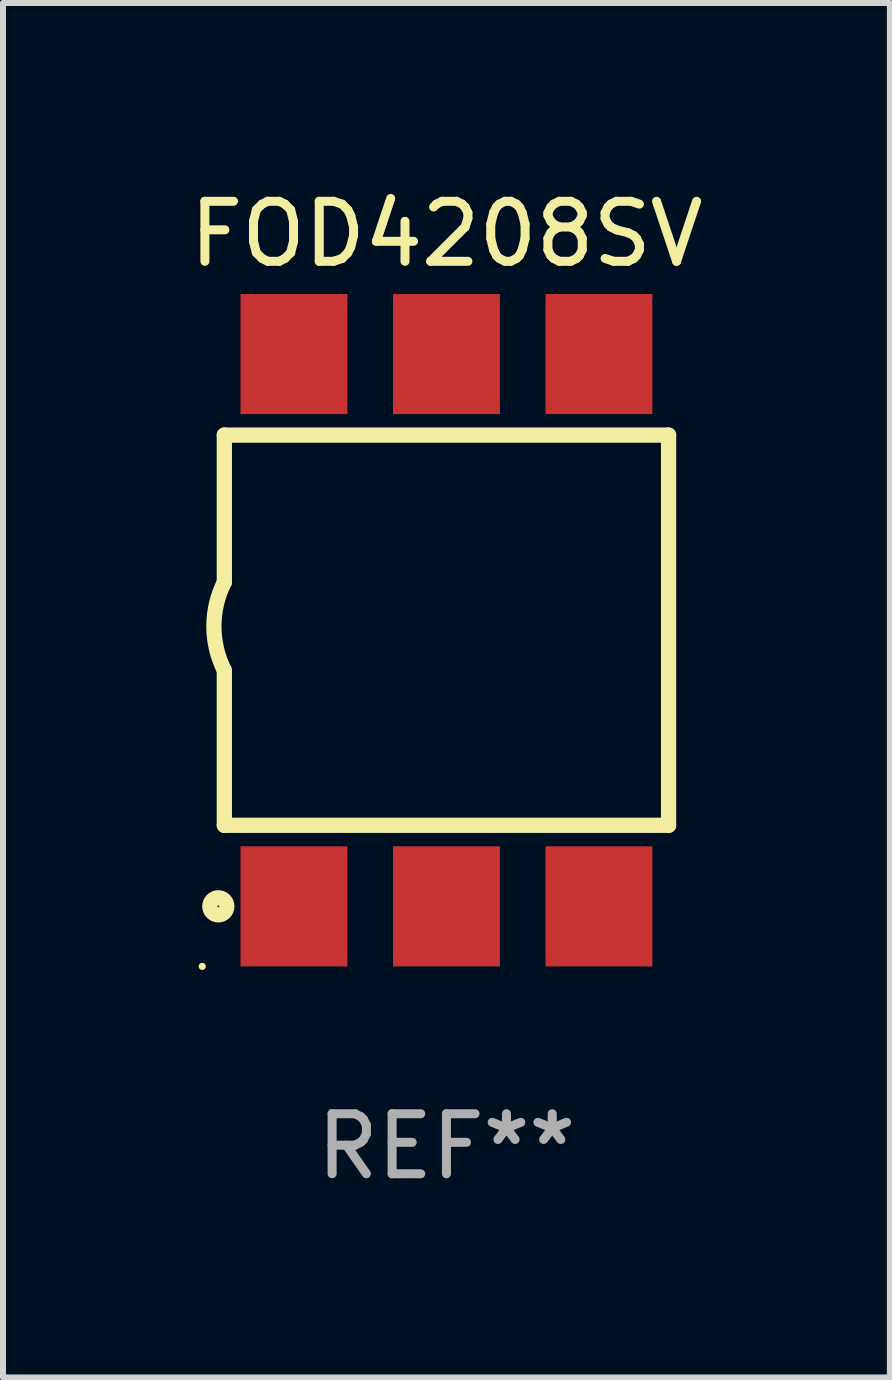
<source format=kicad_pcb>
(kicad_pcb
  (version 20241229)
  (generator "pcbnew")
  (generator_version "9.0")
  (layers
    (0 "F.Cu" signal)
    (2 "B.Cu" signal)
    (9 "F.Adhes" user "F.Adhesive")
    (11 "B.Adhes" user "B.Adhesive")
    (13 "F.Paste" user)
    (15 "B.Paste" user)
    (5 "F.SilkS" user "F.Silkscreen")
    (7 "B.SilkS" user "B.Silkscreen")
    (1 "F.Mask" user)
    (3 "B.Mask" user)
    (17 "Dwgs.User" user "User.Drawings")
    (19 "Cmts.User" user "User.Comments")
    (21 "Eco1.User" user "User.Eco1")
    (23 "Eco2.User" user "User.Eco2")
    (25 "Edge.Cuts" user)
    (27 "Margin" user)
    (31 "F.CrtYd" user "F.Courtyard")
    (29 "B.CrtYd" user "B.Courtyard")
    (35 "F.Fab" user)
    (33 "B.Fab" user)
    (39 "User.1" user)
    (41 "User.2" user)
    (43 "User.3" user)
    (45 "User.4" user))
  (footprint "FOD4208SV"
    (layer "F.Cu")
    (at 4.387 7.448)
    (property "Reference" "FOD4208SV" (at 0 -6.6 0) (layer "F.SilkS") (effects (font (size 1 1) (thickness 0.15))))
    (attr through_hole)
    (fp_line (start -3.7 -3.25) (end -3.7 -0.8) (stroke (width 0.254) (type solid)) (layer "F.SilkS"))
    (fp_line (start -3.7 -3.25) (end 3.7 -3.25) (stroke (width 0.254) (type solid)) (layer "F.SilkS"))
    (fp_line (start -3.7 3.25) (end -3.7 0.669) (stroke (width 0.254) (type solid)) (layer "F.SilkS"))
    (fp_line (start 3.7 -3.25) (end 3.7 3.25) (stroke (width 0.254) (type solid)) (layer "F.SilkS"))
    (fp_line (start 3.7 3.25) (end -3.7 3.25) (stroke (width 0.254) (type solid)) (layer "F.SilkS"))
    (fp_arc (start -3.700787 0.668021) (mid -3.873795 -0.066082) (end -3.7 -0.8) (stroke (width 0.254001) (type solid)) (layer "F.SilkS"))
    (fp_circle (center -4.068 5.6) (end -4.038 5.6) (stroke (width 0.06) (type solid)) (fill no) (layer "F.SilkS"))
    (fp_circle (center -3.8 4.6) (end -3.658 4.6) (stroke (width 0.254) (type solid)) (fill no) (layer "F.SilkS"))
    (fp_text user "REF**" (at 0 8.6 0) (layer "F.Fab") (effects (font (size 1 1) (thickness 0.15))))
    (pad "1" smd rect (at -2.54 4.6) (size 1.78 2) (layers "F.Cu" "F.Mask" "F.Paste"))
    (pad "2" smd rect (at 0 4.6) (size 1.78 2) (layers "F.Cu" "F.Mask" "F.Paste"))
    (pad "3" smd rect (at 2.54 4.6) (size 1.78 2) (layers "F.Cu" "F.Mask" "F.Paste"))
    (pad "4" smd rect (at 2.54 -4.6) (size 1.78 2) (layers "F.Cu" "F.Mask" "F.Paste"))
    (pad "5" smd rect (at 0 -4.6) (size 1.78 2) (layers "F.Cu" "F.Mask" "F.Paste"))
    (pad "6" smd rect (at -2.54 -4.6) (size 1.78 2) (layers "F.Cu" "F.Mask" "F.Paste")))
  (gr_rect
    (start -3 -3)
    (end 11.774 19.896)
    (stroke (width 0.1) (type default))
    (fill no)
    (layer "Edge.Cuts")))
</source>
